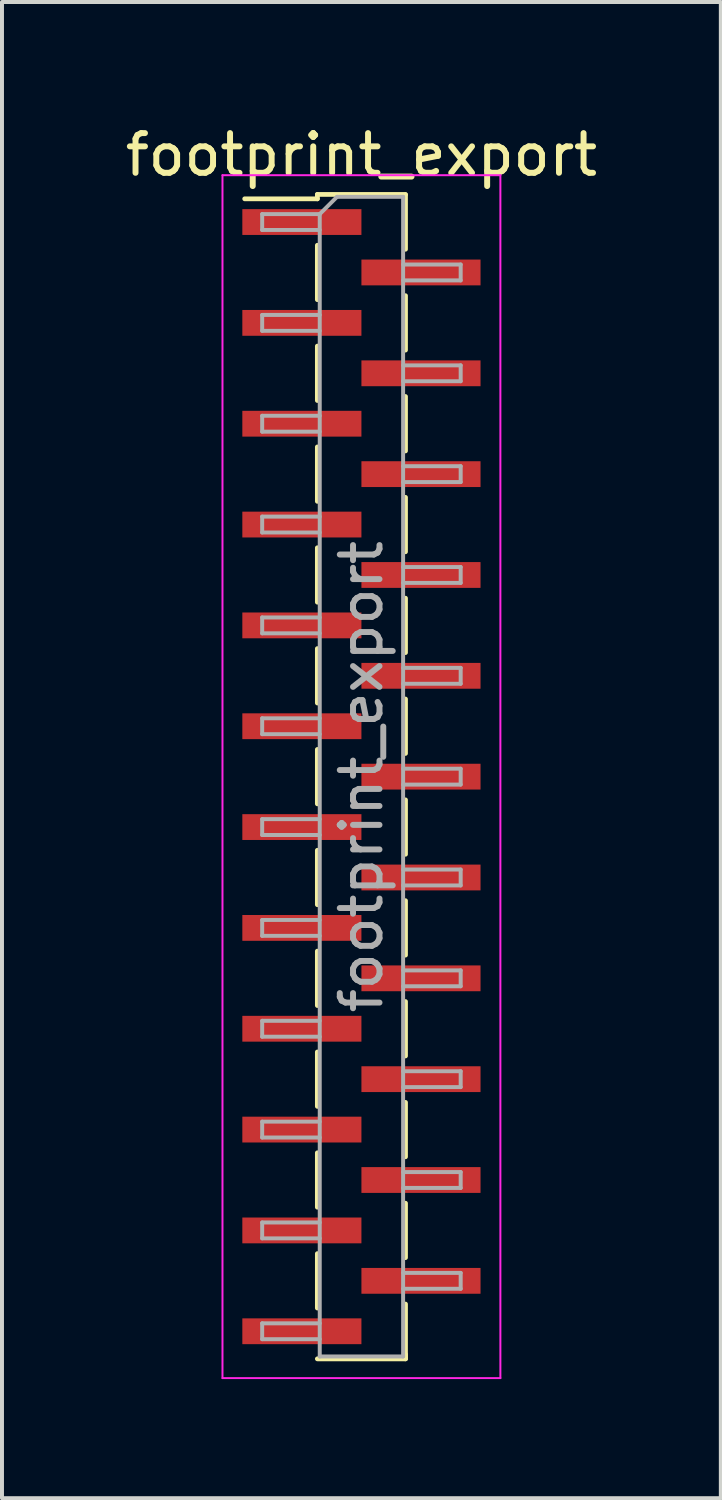
<source format=kicad_pcb>
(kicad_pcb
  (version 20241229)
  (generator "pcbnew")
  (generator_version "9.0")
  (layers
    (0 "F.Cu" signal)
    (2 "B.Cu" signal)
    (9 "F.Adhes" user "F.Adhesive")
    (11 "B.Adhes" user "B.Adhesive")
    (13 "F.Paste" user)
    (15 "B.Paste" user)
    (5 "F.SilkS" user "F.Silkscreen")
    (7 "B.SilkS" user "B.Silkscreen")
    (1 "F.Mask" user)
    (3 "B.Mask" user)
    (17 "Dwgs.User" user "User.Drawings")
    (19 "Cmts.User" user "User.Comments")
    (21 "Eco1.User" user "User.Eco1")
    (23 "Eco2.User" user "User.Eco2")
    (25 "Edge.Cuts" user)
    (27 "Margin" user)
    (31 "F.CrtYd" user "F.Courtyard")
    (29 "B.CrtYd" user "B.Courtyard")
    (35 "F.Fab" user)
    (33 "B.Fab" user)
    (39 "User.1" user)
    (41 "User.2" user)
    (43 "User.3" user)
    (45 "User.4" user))
  (footprint "footprint_export"
    (layer "F.Cu")
    (at 6.054 16.513)
    (property "Reference" "footprint_export" (at 0 -15.665 0) (layer "F.SilkS") (effects (font (size 1 1) (thickness 0.15))))
    (attr smd)
    (fp_line (start -1.11 -14.665) (end -1.11 -14.555) (stroke (width 0.12) (type solid)) (layer "F.SilkS"))
    (fp_line (start -1.11 -14.665) (end 1.11 -14.665) (stroke (width 0.12) (type solid)) (layer "F.SilkS"))
    (fp_line (start -1.11 -14.555) (end -2.94 -14.555) (stroke (width 0.12) (type solid)) (layer "F.SilkS"))
    (fp_line (start -1.11 -13.385) (end -1.11 -12.015) (stroke (width 0.12) (type solid)) (layer "F.SilkS"))
    (fp_line (start -1.11 -10.845) (end -1.11 -9.475) (stroke (width 0.12) (type solid)) (layer "F.SilkS"))
    (fp_line (start -1.11 -8.305) (end -1.11 -6.935) (stroke (width 0.12) (type solid)) (layer "F.SilkS"))
    (fp_line (start -1.11 -5.765) (end -1.11 -4.395) (stroke (width 0.12) (type solid)) (layer "F.SilkS"))
    (fp_line (start -1.11 -3.225) (end -1.11 -1.855) (stroke (width 0.12) (type solid)) (layer "F.SilkS"))
    (fp_line (start -1.11 -0.685) (end -1.11 0.685) (stroke (width 0.12) (type solid)) (layer "F.SilkS"))
    (fp_line (start -1.11 1.855) (end -1.11 3.225) (stroke (width 0.12) (type solid)) (layer "F.SilkS"))
    (fp_line (start -1.11 4.395) (end -1.11 5.765) (stroke (width 0.12) (type solid)) (layer "F.SilkS"))
    (fp_line (start -1.11 6.935) (end -1.11 8.305) (stroke (width 0.12) (type solid)) (layer "F.SilkS"))
    (fp_line (start -1.11 9.475) (end -1.11 10.845) (stroke (width 0.12) (type solid)) (layer "F.SilkS"))
    (fp_line (start -1.11 12.015) (end -1.11 13.385) (stroke (width 0.12) (type solid)) (layer "F.SilkS"))
    (fp_line (start -1.11 14.665) (end 1.11 14.665) (stroke (width 0.12) (type solid)) (layer "F.SilkS"))
    (fp_line (start 1.11 -14.655) (end 1.11 -13.285) (stroke (width 0.12) (type solid)) (layer "F.SilkS"))
    (fp_line (start 1.11 -12.115) (end 1.11 -10.745) (stroke (width 0.12) (type solid)) (layer "F.SilkS"))
    (fp_line (start 1.11 -9.575) (end 1.11 -8.205) (stroke (width 0.12) (type solid)) (layer "F.SilkS"))
    (fp_line (start 1.11 -7.035) (end 1.11 -5.665) (stroke (width 0.12) (type solid)) (layer "F.SilkS"))
    (fp_line (start 1.11 -4.495) (end 1.11 -3.125) (stroke (width 0.12) (type solid)) (layer "F.SilkS"))
    (fp_line (start 1.11 -1.955) (end 1.11 -0.585) (stroke (width 0.12) (type solid)) (layer "F.SilkS"))
    (fp_line (start 1.11 0.585) (end 1.11 1.955) (stroke (width 0.12) (type solid)) (layer "F.SilkS"))
    (fp_line (start 1.11 3.125) (end 1.11 4.495) (stroke (width 0.12) (type solid)) (layer "F.SilkS"))
    (fp_line (start 1.11 5.665) (end 1.11 7.035) (stroke (width 0.12) (type solid)) (layer "F.SilkS"))
    (fp_line (start 1.11 8.205) (end 1.11 9.575) (stroke (width 0.12) (type solid)) (layer "F.SilkS"))
    (fp_line (start 1.11 10.745) (end 1.11 12.115) (stroke (width 0.12) (type solid)) (layer "F.SilkS"))
    (fp_line (start 1.11 13.285) (end 1.11 14.655) (stroke (width 0.12) (type solid)) (layer "F.SilkS"))
    (fp_line (start 1.11 14.555) (end 1.11 14.665) (stroke (width 0.12) (type solid)) (layer "F.SilkS"))
    (fp_line (start -3.5 -15.15) (end -3.5 15.15) (stroke (width 0.05) (type solid)) (layer "F.CrtYd"))
    (fp_line (start -3.5 15.15) (end 3.5 15.15) (stroke (width 0.05) (type solid)) (layer "F.CrtYd"))
    (fp_line (start 3.5 -15.15) (end -3.5 -15.15) (stroke (width 0.05) (type solid)) (layer "F.CrtYd"))
    (fp_line (start 3.5 15.15) (end 3.5 -15.15) (stroke (width 0.05) (type solid)) (layer "F.CrtYd"))
    (fp_line (start -2.5 -14.17) (end -2.5 -13.77) (stroke (width 0.1) (type solid)) (layer "F.Fab"))
    (fp_line (start -2.5 -13.77) (end -1.05 -13.77) (stroke (width 0.1) (type solid)) (layer "F.Fab"))
    (fp_line (start -2.5 -11.63) (end -2.5 -11.23) (stroke (width 0.1) (type solid)) (layer "F.Fab"))
    (fp_line (start -2.5 -11.23) (end -1.05 -11.23) (stroke (width 0.1) (type solid)) (layer "F.Fab"))
    (fp_line (start -2.5 -9.09) (end -2.5 -8.69) (stroke (width 0.1) (type solid)) (layer "F.Fab"))
    (fp_line (start -2.5 -8.69) (end -1.05 -8.69) (stroke (width 0.1) (type solid)) (layer "F.Fab"))
    (fp_line (start -2.5 -6.55) (end -2.5 -6.15) (stroke (width 0.1) (type solid)) (layer "F.Fab"))
    (fp_line (start -2.5 -6.15) (end -1.05 -6.15) (stroke (width 0.1) (type solid)) (layer "F.Fab"))
    (fp_line (start -2.5 -4.01) (end -2.5 -3.61) (stroke (width 0.1) (type solid)) (layer "F.Fab"))
    (fp_line (start -2.5 -3.61) (end -1.05 -3.61) (stroke (width 0.1) (type solid)) (layer "F.Fab"))
    (fp_line (start -2.5 -1.47) (end -2.5 -1.07) (stroke (width 0.1) (type solid)) (layer "F.Fab"))
    (fp_line (start -2.5 -1.07) (end -1.05 -1.07) (stroke (width 0.1) (type solid)) (layer "F.Fab"))
    (fp_line (start -2.5 1.07) (end -2.5 1.47) (stroke (width 0.1) (type solid)) (layer "F.Fab"))
    (fp_line (start -2.5 1.47) (end -1.05 1.47) (stroke (width 0.1) (type solid)) (layer "F.Fab"))
    (fp_line (start -2.5 3.61) (end -2.5 4.01) (stroke (width 0.1) (type solid)) (layer "F.Fab"))
    (fp_line (start -2.5 4.01) (end -1.05 4.01) (stroke (width 0.1) (type solid)) (layer "F.Fab"))
    (fp_line (start -2.5 6.15) (end -2.5 6.55) (stroke (width 0.1) (type solid)) (layer "F.Fab"))
    (fp_line (start -2.5 6.55) (end -1.05 6.55) (stroke (width 0.1) (type solid)) (layer "F.Fab"))
    (fp_line (start -2.5 8.69) (end -2.5 9.09) (stroke (width 0.1) (type solid)) (layer "F.Fab"))
    (fp_line (start -2.5 9.09) (end -1.05 9.09) (stroke (width 0.1) (type solid)) (layer "F.Fab"))
    (fp_line (start -2.5 11.23) (end -2.5 11.63) (stroke (width 0.1) (type solid)) (layer "F.Fab"))
    (fp_line (start -2.5 11.63) (end -1.05 11.63) (stroke (width 0.1) (type solid)) (layer "F.Fab"))
    (fp_line (start -2.5 13.77) (end -2.5 14.17) (stroke (width 0.1) (type solid)) (layer "F.Fab"))
    (fp_line (start -2.5 14.17) (end -1.05 14.17) (stroke (width 0.1) (type solid)) (layer "F.Fab"))
    (fp_line (start -1.05 -14.17) (end -2.5 -14.17) (stroke (width 0.1) (type solid)) (layer "F.Fab"))
    (fp_line (start -1.05 -14.17) (end -0.615 -14.605) (stroke (width 0.1) (type solid)) (layer "F.Fab"))
    (fp_line (start -1.05 -11.63) (end -2.5 -11.63) (stroke (width 0.1) (type solid)) (layer "F.Fab"))
    (fp_line (start -1.05 -9.09) (end -2.5 -9.09) (stroke (width 0.1) (type solid)) (layer "F.Fab"))
    (fp_line (start -1.05 -6.55) (end -2.5 -6.55) (stroke (width 0.1) (type solid)) (layer "F.Fab"))
    (fp_line (start -1.05 -4.01) (end -2.5 -4.01) (stroke (width 0.1) (type solid)) (layer "F.Fab"))
    (fp_line (start -1.05 -1.47) (end -2.5 -1.47) (stroke (width 0.1) (type solid)) (layer "F.Fab"))
    (fp_line (start -1.05 1.07) (end -2.5 1.07) (stroke (width 0.1) (type solid)) (layer "F.Fab"))
    (fp_line (start -1.05 3.61) (end -2.5 3.61) (stroke (width 0.1) (type solid)) (layer "F.Fab"))
    (fp_line (start -1.05 6.15) (end -2.5 6.15) (stroke (width 0.1) (type solid)) (layer "F.Fab"))
    (fp_line (start -1.05 8.69) (end -2.5 8.69) (stroke (width 0.1) (type solid)) (layer "F.Fab"))
    (fp_line (start -1.05 11.23) (end -2.5 11.23) (stroke (width 0.1) (type solid)) (layer "F.Fab"))
    (fp_line (start -1.05 13.77) (end -2.5 13.77) (stroke (width 0.1) (type solid)) (layer "F.Fab"))
    (fp_line (start -1.05 14.605) (end -1.05 -14.17) (stroke (width 0.1) (type solid)) (layer "F.Fab"))
    (fp_line (start -0.615 -14.605) (end 1.05 -14.605) (stroke (width 0.1) (type solid)) (layer "F.Fab"))
    (fp_line (start 1.05 -14.605) (end 1.05 14.605) (stroke (width 0.1) (type solid)) (layer "F.Fab"))
    (fp_line (start 1.05 -12.9) (end 2.5 -12.9) (stroke (width 0.1) (type solid)) (layer "F.Fab"))
    (fp_line (start 1.05 -10.36) (end 2.5 -10.36) (stroke (width 0.1) (type solid)) (layer "F.Fab"))
    (fp_line (start 1.05 -7.82) (end 2.5 -7.82) (stroke (width 0.1) (type solid)) (layer "F.Fab"))
    (fp_line (start 1.05 -5.28) (end 2.5 -5.28) (stroke (width 0.1) (type solid)) (layer "F.Fab"))
    (fp_line (start 1.05 -2.74) (end 2.5 -2.74) (stroke (width 0.1) (type solid)) (layer "F.Fab"))
    (fp_line (start 1.05 -0.2) (end 2.5 -0.2) (stroke (width 0.1) (type solid)) (layer "F.Fab"))
    (fp_line (start 1.05 2.34) (end 2.5 2.34) (stroke (width 0.1) (type solid)) (layer "F.Fab"))
    (fp_line (start 1.05 4.88) (end 2.5 4.88) (stroke (width 0.1) (type solid)) (layer "F.Fab"))
    (fp_line (start 1.05 7.42) (end 2.5 7.42) (stroke (width 0.1) (type solid)) (layer "F.Fab"))
    (fp_line (start 1.05 9.96) (end 2.5 9.96) (stroke (width 0.1) (type solid)) (layer "F.Fab"))
    (fp_line (start 1.05 12.5) (end 2.5 12.5) (stroke (width 0.1) (type solid)) (layer "F.Fab"))
    (fp_line (start 1.05 14.605) (end -1.05 14.605) (stroke (width 0.1) (type solid)) (layer "F.Fab"))
    (fp_line (start 2.5 -12.9) (end 2.5 -12.5) (stroke (width 0.1) (type solid)) (layer "F.Fab"))
    (fp_line (start 2.5 -12.5) (end 1.05 -12.5) (stroke (width 0.1) (type solid)) (layer "F.Fab"))
    (fp_line (start 2.5 -10.36) (end 2.5 -9.96) (stroke (width 0.1) (type solid)) (layer "F.Fab"))
    (fp_line (start 2.5 -9.96) (end 1.05 -9.96) (stroke (width 0.1) (type solid)) (layer "F.Fab"))
    (fp_line (start 2.5 -7.82) (end 2.5 -7.42) (stroke (width 0.1) (type solid)) (layer "F.Fab"))
    (fp_line (start 2.5 -7.42) (end 1.05 -7.42) (stroke (width 0.1) (type solid)) (layer "F.Fab"))
    (fp_line (start 2.5 -5.28) (end 2.5 -4.88) (stroke (width 0.1) (type solid)) (layer "F.Fab"))
    (fp_line (start 2.5 -4.88) (end 1.05 -4.88) (stroke (width 0.1) (type solid)) (layer "F.Fab"))
    (fp_line (start 2.5 -2.74) (end 2.5 -2.34) (stroke (width 0.1) (type solid)) (layer "F.Fab"))
    (fp_line (start 2.5 -2.34) (end 1.05 -2.34) (stroke (width 0.1) (type solid)) (layer "F.Fab"))
    (fp_line (start 2.5 -0.2) (end 2.5 0.2) (stroke (width 0.1) (type solid)) (layer "F.Fab"))
    (fp_line (start 2.5 0.2) (end 1.05 0.2) (stroke (width 0.1) (type solid)) (layer "F.Fab"))
    (fp_line (start 2.5 2.34) (end 2.5 2.74) (stroke (width 0.1) (type solid)) (layer "F.Fab"))
    (fp_line (start 2.5 2.74) (end 1.05 2.74) (stroke (width 0.1) (type solid)) (layer "F.Fab"))
    (fp_line (start 2.5 4.88) (end 2.5 5.28) (stroke (width 0.1) (type solid)) (layer "F.Fab"))
    (fp_line (start 2.5 5.28) (end 1.05 5.28) (stroke (width 0.1) (type solid)) (layer "F.Fab"))
    (fp_line (start 2.5 7.42) (end 2.5 7.82) (stroke (width 0.1) (type solid)) (layer "F.Fab"))
    (fp_line (start 2.5 7.82) (end 1.05 7.82) (stroke (width 0.1) (type solid)) (layer "F.Fab"))
    (fp_line (start 2.5 9.96) (end 2.5 10.36) (stroke (width 0.1) (type solid)) (layer "F.Fab"))
    (fp_line (start 2.5 10.36) (end 1.05 10.36) (stroke (width 0.1) (type solid)) (layer "F.Fab"))
    (fp_line (start 2.5 12.5) (end 2.5 12.9) (stroke (width 0.1) (type solid)) (layer "F.Fab"))
    (fp_line (start 2.5 12.9) (end 1.05 12.9) (stroke (width 0.1) (type solid)) (layer "F.Fab"))
    (fp_text user "${REFERENCE}" (at 0 0 90) (layer "F.Fab") (effects (font (size 1 1) (thickness 0.15))))
    (pad "1" smd rect (at -1.5 -13.97) (size 3 0.65) (layers "F.Cu" "F.Mask" "F.Paste"))
    (pad "2" smd rect (at 1.5 -12.7) (size 3 0.65) (layers "F.Cu" "F.Mask" "F.Paste"))
    (pad "3" smd rect (at -1.5 -11.43) (size 3 0.65) (layers "F.Cu" "F.Mask" "F.Paste"))
    (pad "4" smd rect (at 1.5 -10.16) (size 3 0.65) (layers "F.Cu" "F.Mask" "F.Paste"))
    (pad "5" smd rect (at -1.5 -8.89) (size 3 0.65) (layers "F.Cu" "F.Mask" "F.Paste"))
    (pad "6" smd rect (at 1.5 -7.62) (size 3 0.65) (layers "F.Cu" "F.Mask" "F.Paste"))
    (pad "7" smd rect (at -1.5 -6.35) (size 3 0.65) (layers "F.Cu" "F.Mask" "F.Paste"))
    (pad "8" smd rect (at 1.5 -5.08) (size 3 0.65) (layers "F.Cu" "F.Mask" "F.Paste"))
    (pad "9" smd rect (at -1.5 -3.81) (size 3 0.65) (layers "F.Cu" "F.Mask" "F.Paste"))
    (pad "10" smd rect (at 1.5 -2.54) (size 3 0.65) (layers "F.Cu" "F.Mask" "F.Paste"))
    (pad "11" smd rect (at -1.5 -1.27) (size 3 0.65) (layers "F.Cu" "F.Mask" "F.Paste"))
    (pad "12" smd rect (at 1.5 0) (size 3 0.65) (layers "F.Cu" "F.Mask" "F.Paste"))
    (pad "13" smd rect (at -1.5 1.27) (size 3 0.65) (layers "F.Cu" "F.Mask" "F.Paste"))
    (pad "14" smd rect (at 1.5 2.54) (size 3 0.65) (layers "F.Cu" "F.Mask" "F.Paste"))
    (pad "15" smd rect (at -1.5 3.81) (size 3 0.65) (layers "F.Cu" "F.Mask" "F.Paste"))
    (pad "16" smd rect (at 1.5 5.08) (size 3 0.65) (layers "F.Cu" "F.Mask" "F.Paste"))
    (pad "17" smd rect (at -1.5 6.35) (size 3 0.65) (layers "F.Cu" "F.Mask" "F.Paste"))
    (pad "18" smd rect (at 1.5 7.62) (size 3 0.65) (layers "F.Cu" "F.Mask" "F.Paste"))
    (pad "19" smd rect (at -1.5 8.89) (size 3 0.65) (layers "F.Cu" "F.Mask" "F.Paste"))
    (pad "20" smd rect (at 1.5 10.16) (size 3 0.65) (layers "F.Cu" "F.Mask" "F.Paste"))
    (pad "21" smd rect (at -1.5 11.43) (size 3 0.65) (layers "F.Cu" "F.Mask" "F.Paste"))
    (pad "22" smd rect (at 1.5 12.7) (size 3 0.65) (layers "F.Cu" "F.Mask" "F.Paste"))
    (pad "23" smd rect (at -1.5 13.97) (size 3 0.65) (layers "F.Cu" "F.Mask" "F.Paste")))
  (gr_rect
    (start -3 -3)
    (end 15.107 34.688)
    (stroke (width 0.1) (type default))
    (fill no)
    (layer "Edge.Cuts")))
</source>
